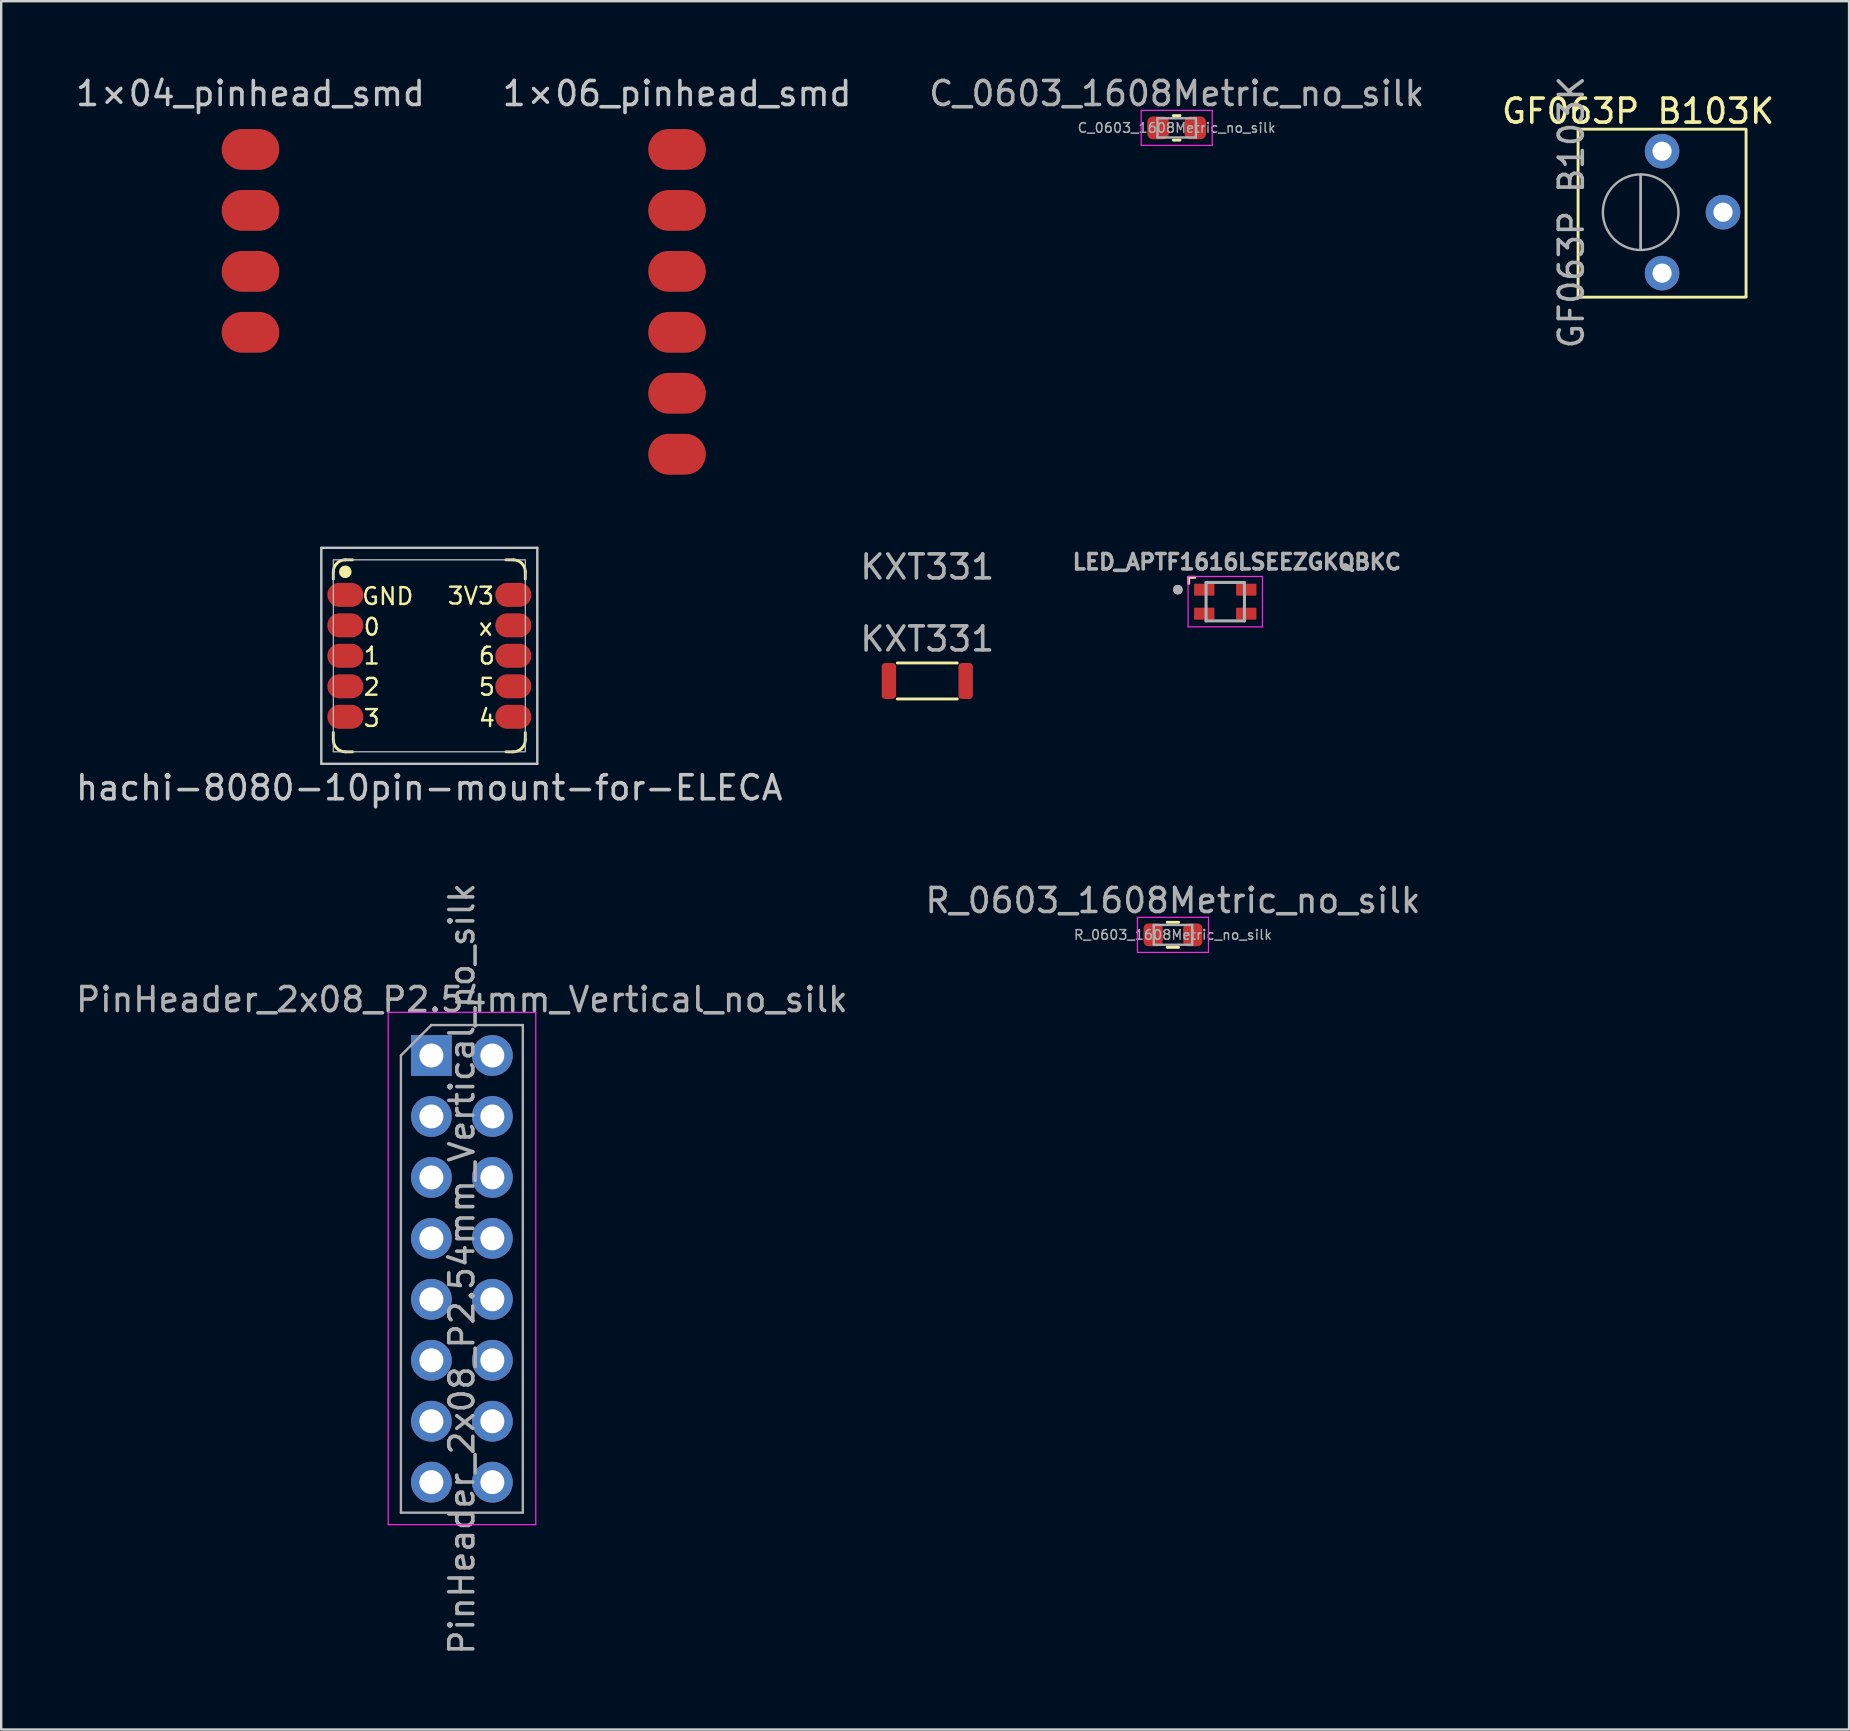
<source format=kicad_pcb>
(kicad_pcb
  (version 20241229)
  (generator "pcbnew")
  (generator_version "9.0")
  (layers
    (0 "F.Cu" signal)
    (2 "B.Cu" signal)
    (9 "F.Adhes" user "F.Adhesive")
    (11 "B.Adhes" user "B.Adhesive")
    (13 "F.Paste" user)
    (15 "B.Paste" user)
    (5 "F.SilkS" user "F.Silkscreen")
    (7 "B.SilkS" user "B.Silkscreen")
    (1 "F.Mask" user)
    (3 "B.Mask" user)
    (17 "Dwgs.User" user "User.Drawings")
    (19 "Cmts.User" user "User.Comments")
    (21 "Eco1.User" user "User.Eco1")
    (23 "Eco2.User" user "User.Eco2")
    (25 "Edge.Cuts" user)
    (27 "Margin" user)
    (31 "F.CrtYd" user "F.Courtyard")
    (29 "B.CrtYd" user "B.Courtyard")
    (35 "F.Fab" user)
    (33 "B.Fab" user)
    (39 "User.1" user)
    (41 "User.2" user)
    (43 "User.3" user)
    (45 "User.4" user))
  (footprint "hachi-8080-10pin-mount-for-ELECA"
    (layer "F.Cu")
    (at 14.839 24.278)
    (property "Reference" "hachi-8080-10pin-mount-for-ELECA" (at 0 5.5 0) (unlocked yes) (layer "Dwgs.User") (effects (font (size 1 1) (thickness 0.15))))
    (attr smd)
    (fp_line (start -4 -3.5) (end -4 -3.2) (stroke (width 0.12) (type solid)) (layer "F.SilkS"))
    (fp_line (start -4 3.2) (end -4 3.5) (stroke (width 0.12) (type solid)) (layer "F.SilkS"))
    (fp_line (start -3.5 4) (end -3.2 4) (stroke (width 0.12) (type solid)) (layer "F.SilkS"))
    (fp_line (start -3.2 -4) (end -3.5 -4) (stroke (width 0.12) (type solid)) (layer "F.SilkS"))
    (fp_line (start 3.2 4) (end 3.5 4) (stroke (width 0.12) (type solid)) (layer "F.SilkS"))
    (fp_line (start 3.5 -4) (end 3.2 -4) (stroke (width 0.12) (type solid)) (layer "F.SilkS"))
    (fp_line (start 4 -3.2) (end 4 -3.5) (stroke (width 0.12) (type solid)) (layer "F.SilkS"))
    (fp_line (start 4 3.5) (end 4 3.2) (stroke (width 0.12) (type solid)) (layer "F.SilkS"))
    (fp_arc (start -4 -3.5) (mid -3.853553 -3.853553) (end -3.5 -4) (stroke (width 0.12) (type solid)) (layer "F.SilkS"))
    (fp_arc (start -3.5 4) (mid -3.853553 3.853553) (end -4 3.5) (stroke (width 0.12) (type solid)) (layer "F.SilkS"))
    (fp_arc (start 3.5 -4) (mid 3.853553 -3.853553) (end 4 -3.5) (stroke (width 0.12) (type solid)) (layer "F.SilkS"))
    (fp_arc (start 4 3.5) (mid 3.853553 3.853553) (end 3.5 4) (stroke (width 0.12) (type solid)) (layer "F.SilkS"))
    (fp_circle (center -3.5 -3.5) (end -3.3 -3.5) (stroke (width 0.12) (type solid)) (fill yes) (layer "F.SilkS"))
    (fp_line (start -4.5 -4.5) (end 4.5 -4.5) (stroke (width 0.1) (type solid)) (layer "Dwgs.User"))
    (fp_line (start -4.5 4.5) (end -4.5 -4.5) (stroke (width 0.1) (type solid)) (layer "Dwgs.User"))
    (fp_line (start 4.5 -4.5) (end 4.5 4.5) (stroke (width 0.1) (type solid)) (layer "Dwgs.User"))
    (fp_line (start 4.5 4.5) (end -4.5 4.5) (stroke (width 0.1) (type solid)) (layer "Dwgs.User"))
    (fp_rect (start -4 -4) (end 4 4) (stroke (width 0.05) (type solid)) (fill no) (layer "Dwgs.User"))
    (fp_text user "4" (at 2 2.6 0) (unlocked yes) (layer "F.SilkS") (effects (font (size 0.7 0.7) (thickness 0.1)) (justify left)))
    (fp_text user "2" (at -2 1.3 0) (unlocked yes) (layer "F.SilkS") (effects (font (size 0.7 0.7) (thickness 0.1)) (justify right)))
    (fp_text user "3V3" (at 0.7 -2.5 0) (unlocked yes) (layer "F.SilkS") (effects (font (size 0.7 0.7) (thickness 0.1)) (justify left)))
    (fp_text user "GND" (at -0.6 -2.48 0) (unlocked yes) (layer "F.SilkS") (effects (font (size 0.7 0.7) (thickness 0.1)) (justify right)))
    (fp_text user "1" (at -2 0 0) (unlocked yes) (layer "F.SilkS") (effects (font (size 0.7 0.7) (thickness 0.1)) (justify right)))
    (fp_text user "6" (at 2 0 0) (unlocked yes) (layer "F.SilkS") (effects (font (size 0.7 0.7) (thickness 0.1)) (justify left)))
    (fp_text user "x" (at 2 -1.2 0) (unlocked yes) (layer "F.SilkS") (effects (font (size 0.7 0.7) (thickness 0.1)) (justify left)))
    (fp_text user "0" (at -2 -1.2 0) (unlocked yes) (layer "F.SilkS") (effects (font (size 0.7 0.7) (thickness 0.1)) (justify right)))
    (fp_text user "3" (at -2 2.6 0) (unlocked yes) (layer "F.SilkS") (effects (font (size 0.7 0.7) (thickness 0.1)) (justify right)))
    (fp_text user "5" (at 2 1.3 0) (unlocked yes) (layer "F.SilkS") (effects (font (size 0.7 0.7) (thickness 0.1)) (justify left)))
    (pad "1" smd oval (at -4 -2.54) (size 1.5 1) (drill (offset 0.5 0)) (layers "F.Cu" "F.Mask" "F.Paste"))
    (pad "2" smd oval (at -4 -1.27) (size 1.5 1) (drill (offset 0.5 0)) (layers "F.Cu" "F.Mask" "F.Paste"))
    (pad "3" smd oval (at -4 0) (size 1.5 1) (drill (offset 0.5 0)) (layers "F.Cu" "F.Mask" "F.Paste"))
    (pad "4" smd oval (at -4 1.27) (size 1.5 1) (drill (offset 0.5 0)) (layers "F.Cu" "F.Mask" "F.Paste"))
    (pad "5" smd oval (at -4 2.54) (size 1.5 1) (drill (offset 0.5 0)) (layers "F.Cu" "F.Mask" "F.Paste"))
    (pad "6" smd oval (at 4 2.54) (size 1.5 1) (drill (offset -0.5 0)) (layers "F.Cu" "F.Mask" "F.Paste"))
    (pad "7" smd oval (at 4 1.27) (size 1.5 1) (drill (offset -0.5 0)) (layers "F.Cu" "F.Mask" "F.Paste"))
    (pad "8" smd oval (at 4 0) (size 1.5 1) (drill (offset -0.5 0)) (layers "F.Cu" "F.Mask" "F.Paste"))
    (pad "9" smd oval (at 4 -1.27) (size 1.5 1) (drill (offset -0.5 0)) (layers "F.Cu" "F.Mask" "F.Paste"))
    (pad "10" smd oval (at 4 -2.54) (size 1.5 1) (drill (offset -0.5 0)) (layers "F.Cu" "F.Mask" "F.Paste")))
  (footprint "KXT331"
    (layer "F.Cu")
    (at 35.589 25.326)
    (property "Reference" "KXT331" (at 0 -4.75 0) (unlocked yes) (layer "F.Fab") (effects (font (size 1 1) (thickness 0.15))))
    (attr smd)
    (fp_line (start -1.25 -0.75) (end 1.25 -0.75) (stroke (width 0.12) (type solid)) (layer "F.SilkS"))
    (fp_line (start -1.25 0.75) (end 1.25 0.75) (stroke (width 0.12) (type solid)) (layer "F.SilkS"))
    (fp_text user "${REFERENCE}" (at 0 -1.75 0) (unlocked yes) (layer "F.Fab") (effects (font (size 1 1) (thickness 0.15))))
    (pad "1" smd roundrect (at -1.6 0) (size 0.6 1.5) (layers "F.Cu" "F.Mask" "F.Paste") (roundrect_rratio 0.25))
    (pad "2" smd roundrect (at 1.6 0) (size 0.6 1.5) (layers "F.Cu" "F.Mask" "F.Paste") (roundrect_rratio 0.25)))
  (footprint "R_0603_1608Metric_no_silk"
    (layer "F.Cu")
    (at 45.827 35.905)
    (property "Reference" "R_0603_1608Metric_no_silk" (at 0 -1.43 0) (layer "F.Fab") (effects (font (size 1 1) (thickness 0.15))))
    (attr smd)
    (fp_line (start -0.237 -0.522) (end 0.237 -0.522) (stroke (width 0.12) (type solid)) (layer "F.SilkS"))
    (fp_line (start -0.237 0.522) (end 0.237 0.522) (stroke (width 0.12) (type solid)) (layer "F.SilkS"))
    (fp_line (start -1.48 -0.73) (end 1.48 -0.73) (stroke (width 0.05) (type solid)) (layer "F.CrtYd"))
    (fp_line (start -1.48 0.73) (end -1.48 -0.73) (stroke (width 0.05) (type solid)) (layer "F.CrtYd"))
    (fp_line (start 1.48 -0.73) (end 1.48 0.73) (stroke (width 0.05) (type solid)) (layer "F.CrtYd"))
    (fp_line (start 1.48 0.73) (end -1.48 0.73) (stroke (width 0.05) (type solid)) (layer "F.CrtYd"))
    (fp_line (start -0.8 -0.412) (end 0.8 -0.412) (stroke (width 0.1) (type solid)) (layer "F.Fab"))
    (fp_line (start -0.8 0.412) (end -0.8 -0.412) (stroke (width 0.1) (type solid)) (layer "F.Fab"))
    (fp_line (start 0.8 -0.412) (end 0.8 0.412) (stroke (width 0.1) (type solid)) (layer "F.Fab"))
    (fp_line (start 0.8 0.412) (end -0.8 0.412) (stroke (width 0.1) (type solid)) (layer "F.Fab"))
    (fp_text user "${REFERENCE}" (at 0 0 0) (layer "F.Fab") (effects (font (size 0.4 0.4) (thickness 0.06))))
    (pad "1" smd roundrect (at -0.825 0) (size 0.8 0.95) (layers "F.Cu" "F.Mask" "F.Paste") (roundrect_rratio 0.25))
    (pad "2" smd roundrect (at 0.825 0) (size 0.8 0.95) (layers "F.Cu" "F.Mask" "F.Paste") (roundrect_rratio 0.25)))
  (footprint "LED_APTF1616LSEEZGKQBKC"
    (layer "F.Cu")
    (at 48.006 22.022)
    (property "Reference" "LED_APTF1616LSEEZGKQBKC" (at 0.482 -1.656 0) (layer "F.Fab") (effects (font (size 0.64 0.64) (thickness 0.15))))
    (attr smd)
    (fp_line (start -1.524 -1.016) (end -1.27 -1.016) (stroke (width 0.12) (type solid)) (layer "F.SilkS"))
    (fp_line (start -1.524 -0.762) (end -1.524 -1.016) (stroke (width 0.12) (type solid)) (layer "F.SilkS"))
    (fp_line (start -1.55 -1.05) (end -1.55 1.05) (stroke (width 0.05) (type solid)) (layer "F.CrtYd"))
    (fp_line (start -1.55 1.05) (end 1.55 1.05) (stroke (width 0.05) (type solid)) (layer "F.CrtYd"))
    (fp_line (start 1.55 -1.05) (end -1.55 -1.05) (stroke (width 0.05) (type solid)) (layer "F.CrtYd"))
    (fp_line (start 1.55 1.05) (end 1.55 -1.05) (stroke (width 0.05) (type solid)) (layer "F.CrtYd"))
    (fp_line (start -0.8 -0.8) (end 0.8 -0.8) (stroke (width 0.127) (type solid)) (layer "F.Fab"))
    (fp_line (start -0.8 0.8) (end -0.8 -0.8) (stroke (width 0.127) (type solid)) (layer "F.Fab"))
    (fp_line (start 0.8 -0.8) (end 0.8 0.8) (stroke (width 0.127) (type solid)) (layer "F.Fab"))
    (fp_line (start 0.8 0.8) (end -0.8 0.8) (stroke (width 0.127) (type solid)) (layer "F.Fab"))
    (fp_circle (center -1.975 -0.5) (end -1.875 -0.5) (stroke (width 0.2) (type solid)) (fill no) (layer "F.Fab"))
    (fp_circle (center -1.975 -0.5) (end -1.875 -0.5) (stroke (width 0.2) (type solid)) (fill no) (layer "F.Fab"))
    (pad "1" smd roundrect (at -0.875 -0.5) (size 0.85 0.5) (layers "F.Cu" "F.Mask" "F.Paste") (roundrect_rratio 0.08))
    (pad "2" smd roundrect (at 0.875 -0.5) (size 0.85 0.5) (layers "F.Cu" "F.Mask" "F.Paste") (roundrect_rratio 0.08))
    (pad "3" smd roundrect (at 0.875 0.5) (size 0.85 0.5) (layers "F.Cu" "F.Mask" "F.Paste") (roundrect_rratio 0.08))
    (pad "4" smd roundrect (at -0.875 0.5) (size 0.85 0.5) (layers "F.Cu" "F.Mask" "F.Paste") (roundrect_rratio 0.08)))
  (footprint "PinHeader_2x08_P2.54mm_Vertical_no_silk"
    (layer "F.Cu")
    (at 14.926 40.933)
    (property "Reference" "PinHeader_2x08_P2.54mm_Vertical_no_silk" (at 1.27 -2.33 0) (layer "F.Fab") (effects (font (size 1 1) (thickness 0.15))))
    (attr through_hole)
    (fp_line (start -1.8 -1.8) (end -1.8 19.55) (stroke (width 0.05) (type solid)) (layer "F.CrtYd"))
    (fp_line (start -1.8 19.55) (end 4.35 19.55) (stroke (width 0.05) (type solid)) (layer "F.CrtYd"))
    (fp_line (start 4.35 -1.8) (end -1.8 -1.8) (stroke (width 0.05) (type solid)) (layer "F.CrtYd"))
    (fp_line (start 4.35 19.55) (end 4.35 -1.8) (stroke (width 0.05) (type solid)) (layer "F.CrtYd"))
    (fp_line (start -1.27 0) (end 0 -1.27) (stroke (width 0.1) (type solid)) (layer "F.Fab"))
    (fp_line (start -1.27 19.05) (end -1.27 0) (stroke (width 0.1) (type solid)) (layer "F.Fab"))
    (fp_line (start 0 -1.27) (end 3.81 -1.27) (stroke (width 0.1) (type solid)) (layer "F.Fab"))
    (fp_line (start 3.81 -1.27) (end 3.81 19.05) (stroke (width 0.1) (type solid)) (layer "F.Fab"))
    (fp_line (start 3.81 19.05) (end -1.27 19.05) (stroke (width 0.1) (type solid)) (layer "F.Fab"))
    (fp_text user "${REFERENCE}" (at 1.27 8.89 90) (layer "F.Fab") (effects (font (size 1 1) (thickness 0.15))))
    (pad "1" thru_hole rect (at 0 0) (size 1.7 1.7) (drill 1) (layers "*.Cu" "*.Mask"))
    (pad "2" thru_hole oval (at 2.54 0) (size 1.7 1.7) (drill 1) (layers "*.Cu" "*.Mask"))
    (pad "3" thru_hole oval (at 0 2.54) (size 1.7 1.7) (drill 1) (layers "*.Cu" "*.Mask"))
    (pad "4" thru_hole oval (at 2.54 2.54) (size 1.7 1.7) (drill 1) (layers "*.Cu" "*.Mask"))
    (pad "5" thru_hole oval (at 0 5.08) (size 1.7 1.7) (drill 1) (layers "*.Cu" "*.Mask"))
    (pad "6" thru_hole oval (at 2.54 5.08) (size 1.7 1.7) (drill 1) (layers "*.Cu" "*.Mask"))
    (pad "7" thru_hole oval (at 0 7.62) (size 1.7 1.7) (drill 1) (layers "*.Cu" "*.Mask"))
    (pad "8" thru_hole oval (at 2.54 7.62) (size 1.7 1.7) (drill 1) (layers "*.Cu" "*.Mask"))
    (pad "9" thru_hole oval (at 0 10.16) (size 1.7 1.7) (drill 1) (layers "*.Cu" "*.Mask"))
    (pad "10" thru_hole oval (at 2.54 10.16) (size 1.7 1.7) (drill 1) (layers "*.Cu" "*.Mask"))
    (pad "11" thru_hole oval (at 0 12.7) (size 1.7 1.7) (drill 1) (layers "*.Cu" "*.Mask"))
    (pad "12" thru_hole oval (at 2.54 12.7) (size 1.7 1.7) (drill 1) (layers "*.Cu" "*.Mask"))
    (pad "13" thru_hole oval (at 0 15.24) (size 1.7 1.7) (drill 1) (layers "*.Cu" "*.Mask"))
    (pad "14" thru_hole oval (at 2.54 15.24) (size 1.7 1.7) (drill 1) (layers "*.Cu" "*.Mask"))
    (pad "15" thru_hole oval (at 0 17.78) (size 1.7 1.7) (drill 1) (layers "*.Cu" "*.Mask"))
    (pad "16" thru_hole oval (at 2.54 17.78) (size 1.7 1.7) (drill 1) (layers "*.Cu" "*.Mask")))
  (footprint "1×04_pinhead_smd"
    (layer "F.Cu")
    (at 7.387 3.178)
    (property "Reference" "1×04_pinhead_smd" (at 0 -2.33 0) (layer "Dwgs.User") (effects (font (size 1 1) (thickness 0.15))))
    (attr through_hole)
    (pad "1" smd oval (at 0 0) (size 2.4 1.7) (layers "F.Cu" "F.Mask" "F.Paste"))
    (pad "2" smd oval (at 0 2.54) (size 2.4 1.7) (layers "F.Cu" "F.Mask" "F.Paste"))
    (pad "3" smd oval (at 0 5.08) (size 2.4 1.7) (layers "F.Cu" "F.Mask" "F.Paste"))
    (pad "4" smd oval (at 0 7.62) (size 2.4 1.7) (layers "F.Cu" "F.Mask" "F.Paste")))
  (footprint "GF063P B103K"
    (layer "F.Cu")
    (at 66.208 8.332)
    (property "Reference" "GF063P B103K" (at -1 -6.75 0) (layer "F.SilkS") (effects (font (size 1 1) (thickness 0.15))))
    (attr through_hole)
    (fp_rect (start 3.5 -6) (end -3.5 1) (stroke (width 0.12) (type solid)) (fill no) (layer "F.SilkS"))
    (fp_line (start -0.891 -0.98) (end -0.89 -4.099) (stroke (width 0.1) (type solid)) (layer "F.Fab"))
    (fp_line (start -0.891 -0.98) (end -0.89 -4.099) (stroke (width 0.1) (type solid)) (layer "F.Fab"))
    (fp_circle (center -0.891 -2.54) (end 0.684 -2.54) (stroke (width 0.1) (type solid)) (fill no) (layer "F.Fab"))
    (fp_text user "${REFERENCE}" (at -3.78 -2.54 90) (layer "F.Fab") (effects (font (size 1 1) (thickness 0.15))))
    (pad "1" thru_hole circle (at 0 0) (size 1.44 1.44) (drill 0.8) (layers "*.Cu" "*.Mask"))
    (pad "2" thru_hole circle (at 2.54 -2.54) (size 1.44 1.44) (drill 0.8) (layers "*.Cu" "*.Mask"))
    (pad "3" thru_hole circle (at 0 -5.08) (size 1.44 1.44) (drill 0.8) (layers "*.Cu" "*.Mask")))
  (footprint "C_0603_1608Metric_no_silk"
    (layer "F.Cu")
    (at 45.982 2.278)
    (property "Reference" "C_0603_1608Metric_no_silk" (at 0 -1.43 0) (layer "F.Fab") (effects (font (size 1 1) (thickness 0.15))))
    (attr smd)
    (fp_line (start -0.141 -0.51) (end 0.141 -0.51) (stroke (width 0.12) (type solid)) (layer "F.SilkS"))
    (fp_line (start -0.141 0.51) (end 0.141 0.51) (stroke (width 0.12) (type solid)) (layer "F.SilkS"))
    (fp_line (start -1.48 -0.73) (end 1.48 -0.73) (stroke (width 0.05) (type solid)) (layer "F.CrtYd"))
    (fp_line (start -1.48 0.73) (end -1.48 -0.73) (stroke (width 0.05) (type solid)) (layer "F.CrtYd"))
    (fp_line (start 1.48 -0.73) (end 1.48 0.73) (stroke (width 0.05) (type solid)) (layer "F.CrtYd"))
    (fp_line (start 1.48 0.73) (end -1.48 0.73) (stroke (width 0.05) (type solid)) (layer "F.CrtYd"))
    (fp_line (start -0.8 -0.4) (end 0.8 -0.4) (stroke (width 0.1) (type solid)) (layer "F.Fab"))
    (fp_line (start -0.8 0.4) (end -0.8 -0.4) (stroke (width 0.1) (type solid)) (layer "F.Fab"))
    (fp_line (start 0.8 -0.4) (end 0.8 0.4) (stroke (width 0.1) (type solid)) (layer "F.Fab"))
    (fp_line (start 0.8 0.4) (end -0.8 0.4) (stroke (width 0.1) (type solid)) (layer "F.Fab"))
    (fp_text user "${REFERENCE}" (at 0 0 0) (layer "F.Fab") (effects (font (size 0.4 0.4) (thickness 0.06))))
    (pad "1" smd roundrect (at -0.775 0) (size 0.9 0.95) (layers "F.Cu" "F.Mask" "F.Paste") (roundrect_rratio 0.25))
    (pad "2" smd roundrect (at 0.775 0) (size 0.9 0.95) (layers "F.Cu" "F.Mask" "F.Paste") (roundrect_rratio 0.25)))
  (footprint "1×06_pinhead_smd"
    (layer "F.Cu")
    (at 25.161 3.178)
    (property "Reference" "1×06_pinhead_smd" (at 0 -2.33 0) (layer "Dwgs.User") (effects (font (size 1 1) (thickness 0.15))))
    (attr through_hole)
    (pad "1" smd oval (at 0 0) (size 2.4 1.7) (layers "F.Cu" "F.Mask" "F.Paste"))
    (pad "2" smd oval (at 0 2.54) (size 2.4 1.7) (layers "F.Cu" "F.Mask" "F.Paste"))
    (pad "3" smd oval (at 0 5.08) (size 2.4 1.7) (layers "F.Cu" "F.Mask" "F.Paste"))
    (pad "4" smd oval (at 0 7.62) (size 2.4 1.7) (layers "F.Cu" "F.Mask" "F.Paste"))
    (pad "5" smd oval (at 0 10.16) (size 2.4 1.7) (layers "F.Cu" "F.Mask" "F.Paste"))
    (pad "6" smd oval (at 0 12.7) (size 2.4 1.7) (layers "F.Cu" "F.Mask" "F.Paste")))
  (gr_rect
    (start -3 -3)
    (end 74 69.019)
    (stroke (width 0.1) (type default))
    (fill no)
    (layer "Edge.Cuts")))
</source>
